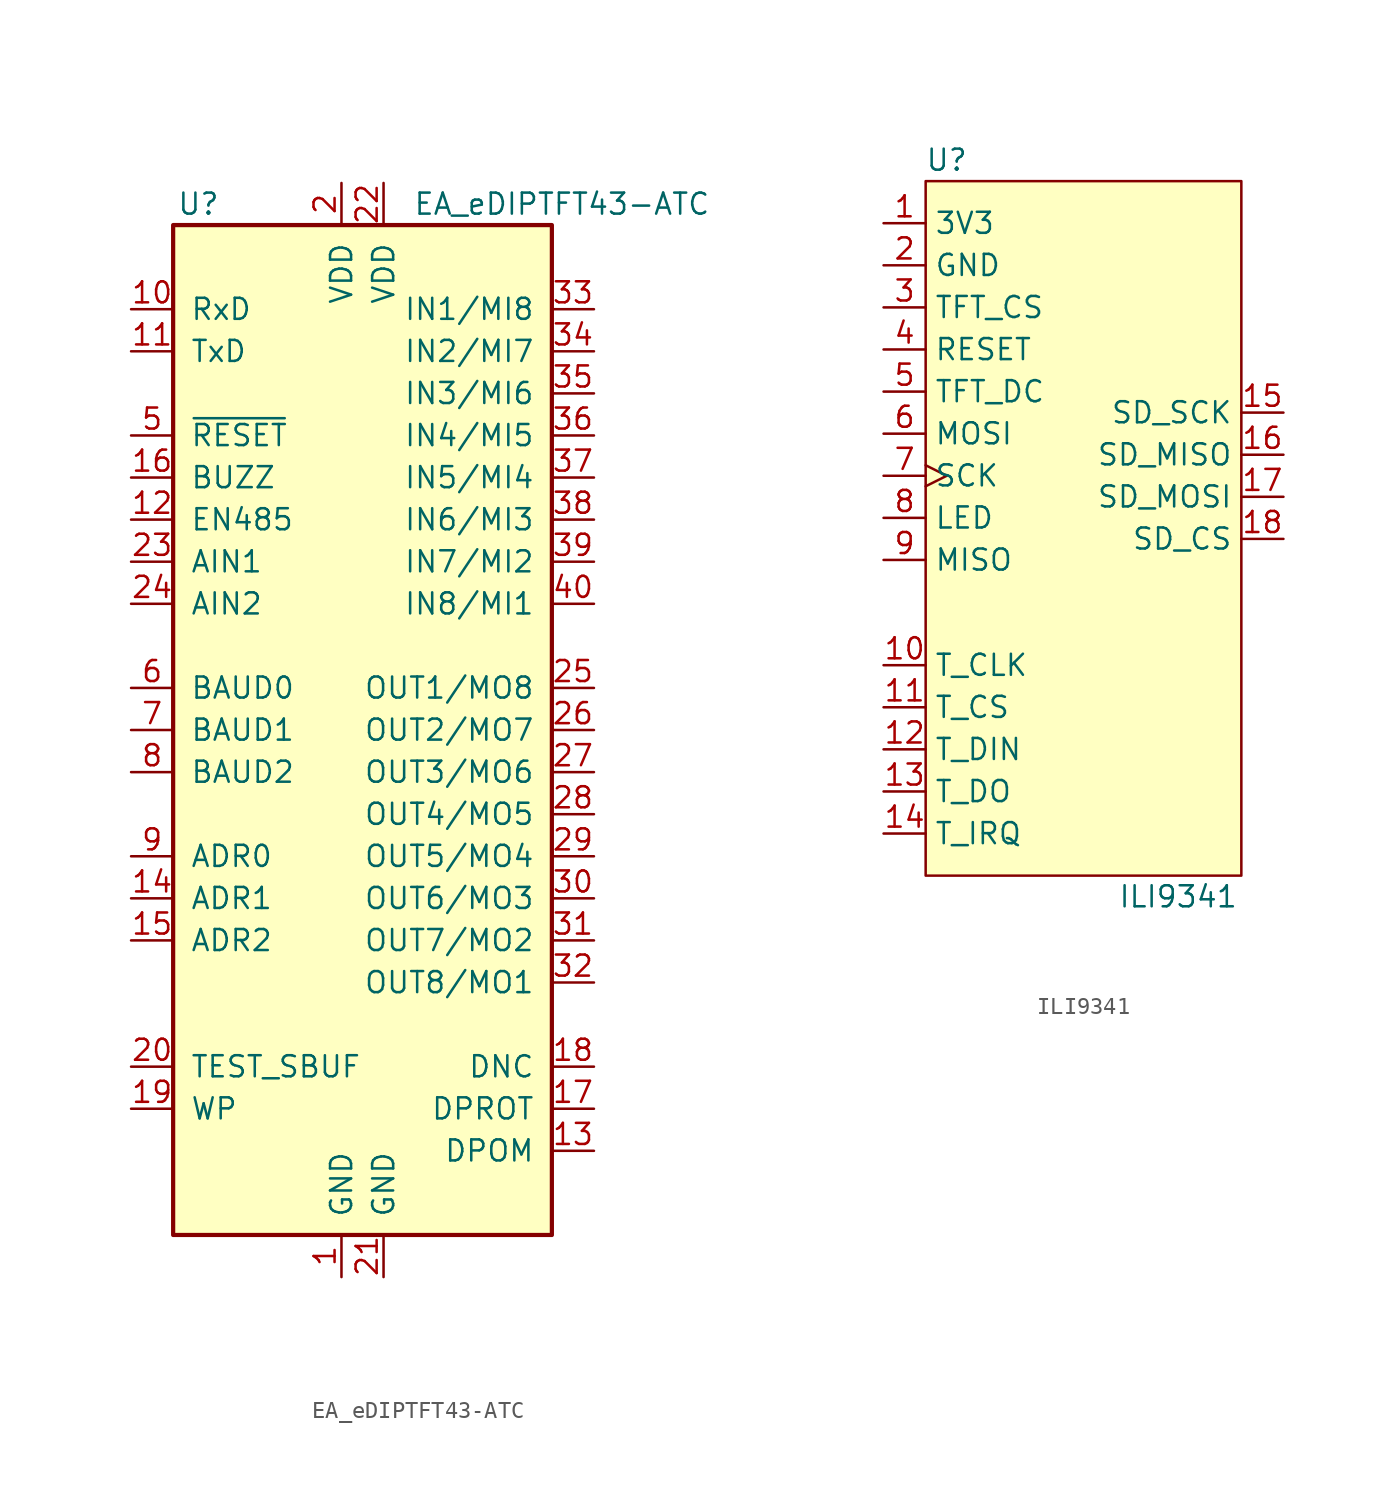
<source format=kicad_sym>
(kicad_symbol_lib
  (version 20220914)
  (generator kicad_symbol_editor)
  (symbol "EA_eDIPTFT43-ATC"
    (pin_names
      (offset 1.016))
    (property "Reference" "U"
      (at -11.176 31.75 0)
      (effects (font (size 1.27 1.27))))
    (property "Value" "EA_eDIPTFT43-ATC"
      (at 1.778 31.75 0)
      (effects (font (size 1.27 1.27)) (justify left)))
    (symbol "EA_eDIPTFT43-ATC_0_1"
      (rectangle (start -12.7 30.48) (end 10.16 -30.48) (stroke (width 0.254) (type default)) (fill (type background))))
    (symbol "EA_eDIPTFT43-ATC_1_1"
      (pin power_in line (at -2.54 -33.02 90) (length 2.54) (name "GND" (effects (font (size 1.27 1.27)))) (number "1" (effects (font (size 1.27 1.27)))))
      (pin input line (at -15.24 25.4 0) (length 2.54) (name "RxD" (effects (font (size 1.27 1.27)))) (number "10" (effects (font (size 1.27 1.27)))))
      (pin output line (at -15.24 22.86 0) (length 2.54) (name "TxD" (effects (font (size 1.27 1.27)))) (number "11" (effects (font (size 1.27 1.27)))))
      (pin output line (at -15.24 12.7 0) (length 2.54) (name "EN485" (effects (font (size 1.27 1.27)))) (number "12" (effects (font (size 1.27 1.27)))))
      (pin input line (at 12.7 -25.4 180) (length 2.54) (name "DPOM" (effects (font (size 1.27 1.27)))) (number "13" (effects (font (size 1.27 1.27)))))
      (pin input line (at -15.24 -10.16 0) (length 2.54) (name "ADR1" (effects (font (size 1.27 1.27)))) (number "14" (effects (font (size 1.27 1.27)))))
      (pin input line (at -15.24 -12.7 0) (length 2.54) (name "ADR2" (effects (font (size 1.27 1.27)))) (number "15" (effects (font (size 1.27 1.27)))))
      (pin output line (at -15.24 15.24 0) (length 2.54) (name "BUZZ" (effects (font (size 1.27 1.27)))) (number "16" (effects (font (size 1.27 1.27)))))
      (pin input line (at 12.7 -22.86 180) (length 2.54) (name "DPROT" (effects (font (size 1.27 1.27)))) (number "17" (effects (font (size 1.27 1.27)))))
      (pin output line (at 12.7 -20.32 180) (length 2.54) (name "DNC" (effects (font (size 1.27 1.27)))) (number "18" (effects (font (size 1.27 1.27)))))
      (pin input line (at -15.24 -22.86 0) (length 2.54) (name "WP" (effects (font (size 1.27 1.27)))) (number "19" (effects (font (size 1.27 1.27)))))
      (pin power_in line (at -2.54 33.02 270) (length 2.54) (name "VDD" (effects (font (size 1.27 1.27)))) (number "2" (effects (font (size 1.27 1.27)))))
      (pin bidirectional line (at -15.24 -20.32 0) (length 2.54) (name "TEST_SBUF" (effects (font (size 1.27 1.27)))) (number "20" (effects (font (size 1.27 1.27)))))
      (pin power_in line (at 0 -33.02 90) (length 2.54) (name "GND" (effects (font (size 1.27 1.27)))) (number "21" (effects (font (size 1.27 1.27)))))
      (pin power_in line (at 0 33.02 270) (length 2.54) (name "VDD" (effects (font (size 1.27 1.27)))) (number "22" (effects (font (size 1.27 1.27)))))
      (pin input line (at -15.24 10.16 0) (length 2.54) (name "AIN1" (effects (font (size 1.27 1.27)))) (number "23" (effects (font (size 1.27 1.27)))))
      (pin input line (at -15.24 7.62 0) (length 2.54) (name "AIN2" (effects (font (size 1.27 1.27)))) (number "24" (effects (font (size 1.27 1.27)))))
      (pin output line (at 12.7 2.54 180) (length 2.54) (name "OUT1/MO8" (effects (font (size 1.27 1.27)))) (number "25" (effects (font (size 1.27 1.27)))))
      (pin output line (at 12.7 0 180) (length 2.54) (name "OUT2/MO7" (effects (font (size 1.27 1.27)))) (number "26" (effects (font (size 1.27 1.27)))))
      (pin output line (at 12.7 -2.54 180) (length 2.54) (name "OUT3/MO6" (effects (font (size 1.27 1.27)))) (number "27" (effects (font (size 1.27 1.27)))))
      (pin output line (at 12.7 -5.08 180) (length 2.54) (name "OUT4/MO5" (effects (font (size 1.27 1.27)))) (number "28" (effects (font (size 1.27 1.27)))))
      (pin output line (at 12.7 -7.62 180) (length 2.54) (name "OUT5/MO4" (effects (font (size 1.27 1.27)))) (number "29" (effects (font (size 1.27 1.27)))))
      (pin no_connect line (at 12.7 -27.94 180) (length 2.54) hide (name "NC" (effects (font (size 1.27 1.27)))) (number "3" (effects (font (size 1.27 1.27)))))
      (pin output line (at 12.7 -10.16 180) (length 2.54) (name "OUT6/MO3" (effects (font (size 1.27 1.27)))) (number "30" (effects (font (size 1.27 1.27)))))
      (pin output line (at 12.7 -12.7 180) (length 2.54) (name "OUT7/MO2" (effects (font (size 1.27 1.27)))) (number "31" (effects (font (size 1.27 1.27)))))
      (pin output line (at 12.7 -15.24 180) (length 2.54) (name "OUT8/MO1" (effects (font (size 1.27 1.27)))) (number "32" (effects (font (size 1.27 1.27)))))
      (pin input line (at 12.7 25.4 180) (length 2.54) (name "IN1/MI8" (effects (font (size 1.27 1.27)))) (number "33" (effects (font (size 1.27 1.27)))))
      (pin input line (at 12.7 22.86 180) (length 2.54) (name "IN2/MI7" (effects (font (size 1.27 1.27)))) (number "34" (effects (font (size 1.27 1.27)))))
      (pin input line (at 12.7 20.32 180) (length 2.54) (name "IN3/MI6" (effects (font (size 1.27 1.27)))) (number "35" (effects (font (size 1.27 1.27)))))
      (pin input line (at 12.7 17.78 180) (length 2.54) (name "IN4/MI5" (effects (font (size 1.27 1.27)))) (number "36" (effects (font (size 1.27 1.27)))))
      (pin input line (at 12.7 15.24 180) (length 2.54) (name "IN5/MI4" (effects (font (size 1.27 1.27)))) (number "37" (effects (font (size 1.27 1.27)))))
      (pin input line (at 12.7 12.7 180) (length 2.54) (name "IN6/MI3" (effects (font (size 1.27 1.27)))) (number "38" (effects (font (size 1.27 1.27)))))
      (pin input line (at 12.7 10.16 180) (length 2.54) (name "IN7/MI2" (effects (font (size 1.27 1.27)))) (number "39" (effects (font (size 1.27 1.27)))))
      (pin no_connect line (at -15.24 -27.94 0) (length 2.54) hide (name "NC" (effects (font (size 1.27 1.27)))) (number "4" (effects (font (size 1.27 1.27)))))
      (pin input line (at 12.7 7.62 180) (length 2.54) (name "IN8/MI1" (effects (font (size 1.27 1.27)))) (number "40" (effects (font (size 1.27 1.27)))))
      (pin input line (at -15.24 17.78 0) (length 2.54) (name "~{RESET}" (effects (font (size 1.27 1.27)))) (number "5" (effects (font (size 1.27 1.27)))))
      (pin input line (at -15.24 2.54 0) (length 2.54) (name "BAUD0" (effects (font (size 1.27 1.27)))) (number "6" (effects (font (size 1.27 1.27)))))
      (pin input line (at -15.24 0 0) (length 2.54) (name "BAUD1" (effects (font (size 1.27 1.27)))) (number "7" (effects (font (size 1.27 1.27)))))
      (pin input line (at -15.24 -2.54 0) (length 2.54) (name "BAUD2" (effects (font (size 1.27 1.27)))) (number "8" (effects (font (size 1.27 1.27)))))
      (pin input line (at -15.24 -7.62 0) (length 2.54) (name "ADR0" (effects (font (size 1.27 1.27)))) (number "9" (effects (font (size 1.27 1.27)))))))
  (symbol "ILI9341"
    (property "Reference" "U"
      (at -7.62 19.05 0)
      (effects (font (size 1.27 1.27))))
    (property "Value" "ILI9341"
      (at 6.35 -25.4 0)
      (effects (font (size 1.27 1.27))))
    (symbol "ILI9341_0_1"
      (rectangle (start -8.89 17.78) (end 10.16 -24.13) (stroke (width 0) (type default)) (fill (type background))))
    (symbol "ILI9341_1_1"
      (pin power_in line (at -11.43 15.24 0) (length 2.54) (name "3V3" (effects (font (size 1.27 1.27)))) (number "1" (effects (font (size 1.27 1.27)))))
      (pin input line (at -11.43 -11.43 0) (length 2.54) (name "T_CLK" (effects (font (size 1.27 1.27)))) (number "10" (effects (font (size 1.27 1.27)))))
      (pin input line (at -11.43 -13.97 0) (length 2.54) (name "T_CS" (effects (font (size 1.27 1.27)))) (number "11" (effects (font (size 1.27 1.27)))))
      (pin input line (at -11.43 -16.51 0) (length 2.54) (name "T_DIN" (effects (font (size 1.27 1.27)))) (number "12" (effects (font (size 1.27 1.27)))))
      (pin input line (at -11.43 -19.05 0) (length 2.54) (name "T_DO" (effects (font (size 1.27 1.27)))) (number "13" (effects (font (size 1.27 1.27)))))
      (pin input line (at -11.43 -21.59 0) (length 2.54) (name "T_IRQ" (effects (font (size 1.27 1.27)))) (number "14" (effects (font (size 1.27 1.27)))))
      (pin input line (at 12.7 3.81 180) (length 2.54) (name "SD_SCK" (effects (font (size 1.27 1.27)))) (number "15" (effects (font (size 1.27 1.27)))))
      (pin input line (at 12.7 1.27 180) (length 2.54) (name "SD_MISO" (effects (font (size 1.27 1.27)))) (number "16" (effects (font (size 1.27 1.27)))))
      (pin input line (at 12.7 -1.27 180) (length 2.54) (name "SD_MOSI" (effects (font (size 1.27 1.27)))) (number "17" (effects (font (size 1.27 1.27)))))
      (pin input line (at 12.7 -3.81 180) (length 2.54) (name "SD_CS" (effects (font (size 1.27 1.27)))) (number "18" (effects (font (size 1.27 1.27)))))
      (pin power_in line (at -11.43 12.7 0) (length 2.54) (name "GND" (effects (font (size 1.27 1.27)))) (number "2" (effects (font (size 1.27 1.27)))))
      (pin input line (at -11.43 10.16 0) (length 2.54) (name "TFT_CS" (effects (font (size 1.27 1.27)))) (number "3" (effects (font (size 1.27 1.27)))))
      (pin input line (at -11.43 7.62 0) (length 2.54) (name "RESET" (effects (font (size 1.27 1.27)))) (number "4" (effects (font (size 1.27 1.27)))))
      (pin input line (at -11.43 5.08 0) (length 2.54) (name "TFT_DC" (effects (font (size 1.27 1.27)))) (number "5" (effects (font (size 1.27 1.27)))))
      (pin input line (at -11.43 2.54 0) (length 2.54) (name "MOSI" (effects (font (size 1.27 1.27)))) (number "6" (effects (font (size 1.27 1.27)))))
      (pin input clock (at -11.43 0 0) (length 2.54) (name "SCK" (effects (font (size 1.27 1.27)))) (number "7" (effects (font (size 1.27 1.27)))))
      (pin input line (at -11.43 -2.54 0) (length 2.54) (name "LED" (effects (font (size 1.27 1.27)))) (number "8" (effects (font (size 1.27 1.27)))))
      (pin input line (at -11.43 -5.08 0) (length 2.54) (name "MISO" (effects (font (size 1.27 1.27)))) (number "9" (effects (font (size 1.27 1.27))))))))
</source>
